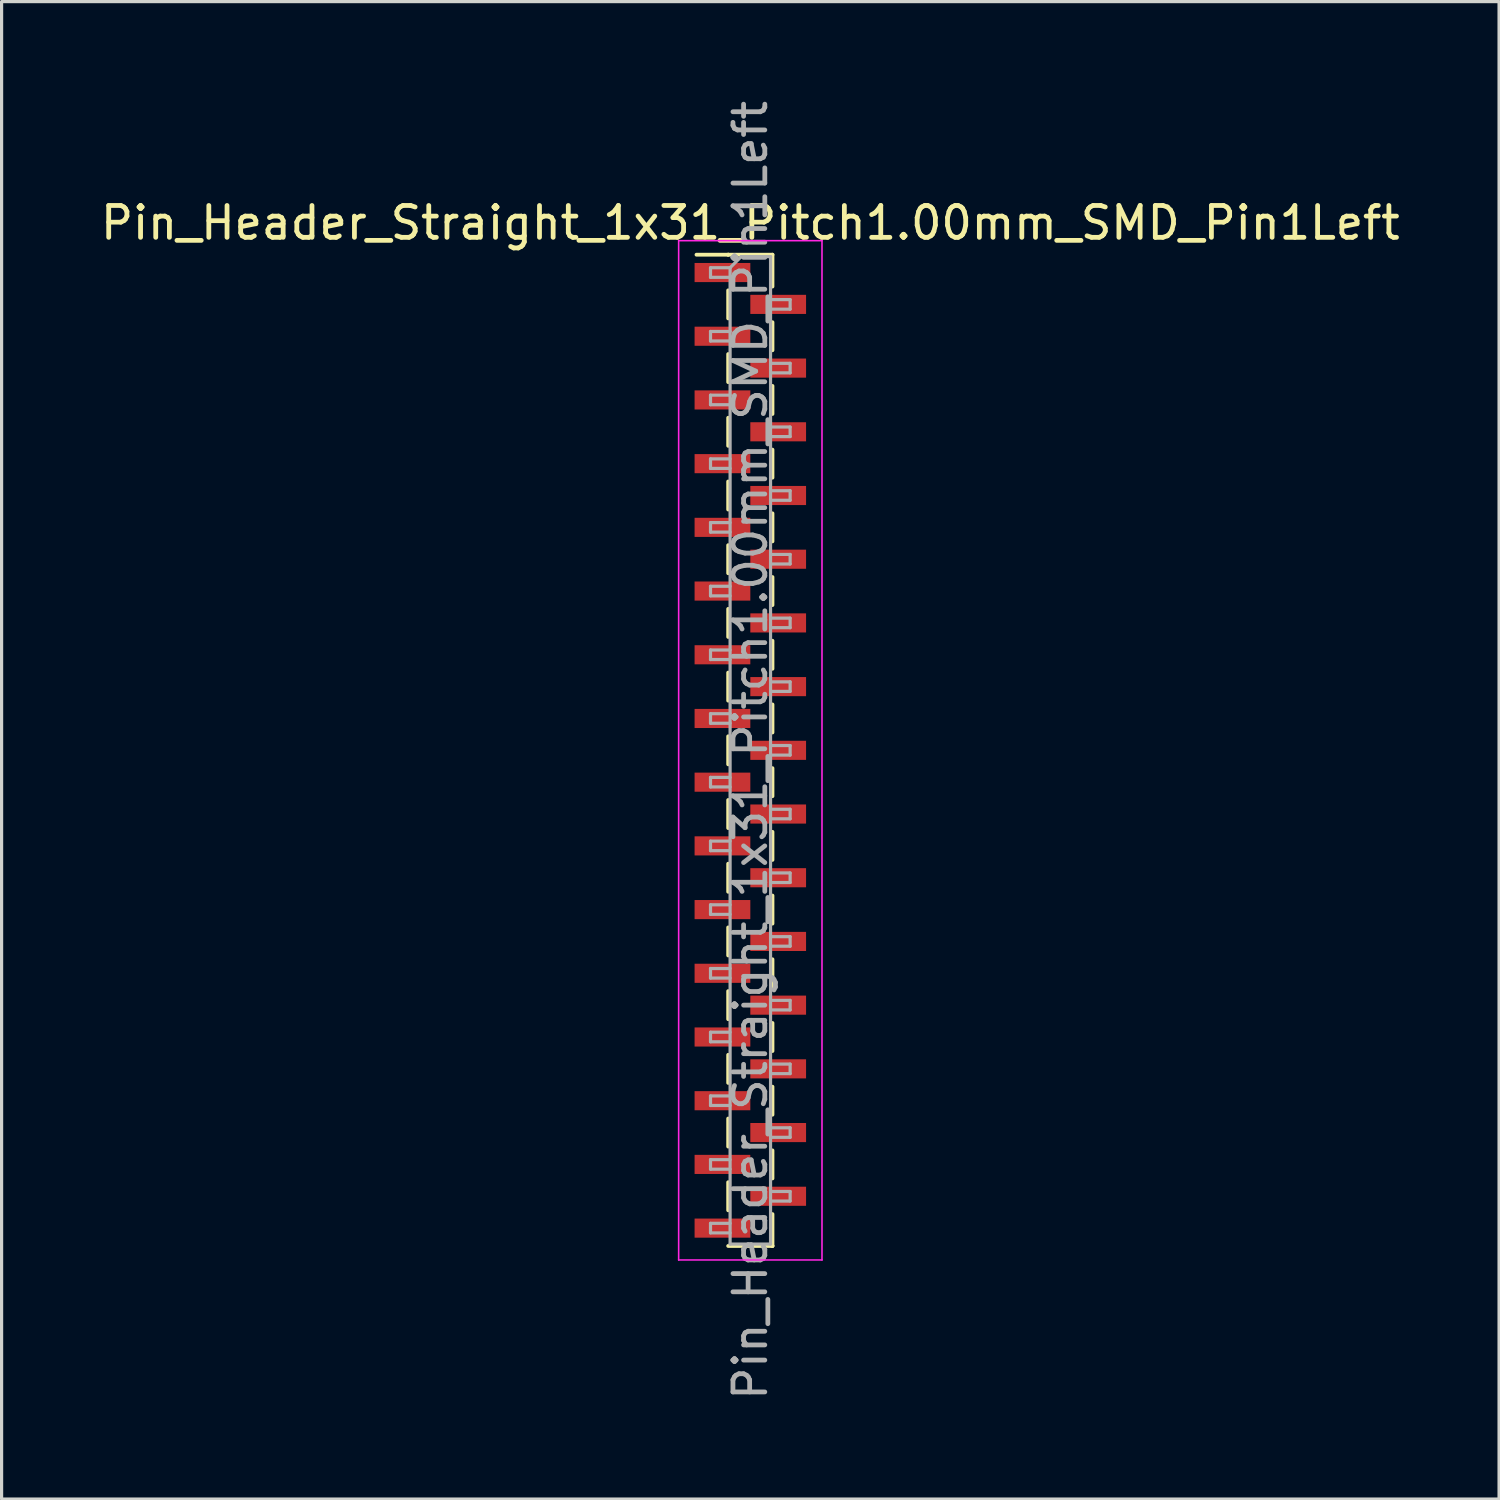
<source format=kicad_pcb>
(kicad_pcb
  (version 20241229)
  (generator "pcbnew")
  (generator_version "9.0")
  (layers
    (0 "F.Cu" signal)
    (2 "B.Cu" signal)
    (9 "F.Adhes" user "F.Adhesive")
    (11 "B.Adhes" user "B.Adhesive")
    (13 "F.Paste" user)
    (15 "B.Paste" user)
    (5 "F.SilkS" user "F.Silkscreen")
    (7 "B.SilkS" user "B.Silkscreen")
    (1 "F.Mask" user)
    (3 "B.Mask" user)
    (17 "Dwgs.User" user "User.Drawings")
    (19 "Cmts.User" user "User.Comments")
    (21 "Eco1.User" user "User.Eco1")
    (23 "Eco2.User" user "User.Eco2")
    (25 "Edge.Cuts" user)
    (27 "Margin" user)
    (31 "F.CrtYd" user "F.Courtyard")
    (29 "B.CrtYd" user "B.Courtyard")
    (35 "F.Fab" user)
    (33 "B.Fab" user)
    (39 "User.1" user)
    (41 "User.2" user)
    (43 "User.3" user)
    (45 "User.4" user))
  (footprint "Pin_Header_Straight_1x31_Pitch1.00mm_SMD_Pin1Left"
    (layer "F.Cu")
    (at 20.506 20.506)
    (property "Reference" "Pin_Header_Straight_1x31_Pitch1.00mm_SMD_Pin1Left" (at 0 -16.56 0) (layer "F.SilkS") (effects (font (size 1 1) (thickness 0.15))))
    (attr smd)
    (fp_line (start -0.695 -15.56) (end -1.69 -15.56) (stroke (width 0.12) (type solid)) (layer "F.SilkS"))
    (fp_line (start -0.695 -15.56) (end -0.695 -15.56) (stroke (width 0.12) (type solid)) (layer "F.SilkS"))
    (fp_line (start -0.695 -15.56) (end 0.695 -15.56) (stroke (width 0.12) (type solid)) (layer "F.SilkS"))
    (fp_line (start -0.695 -14.44) (end -0.695 -13.56) (stroke (width 0.12) (type solid)) (layer "F.SilkS"))
    (fp_line (start -0.695 -12.44) (end -0.695 -11.56) (stroke (width 0.12) (type solid)) (layer "F.SilkS"))
    (fp_line (start -0.695 -10.44) (end -0.695 -9.56) (stroke (width 0.12) (type solid)) (layer "F.SilkS"))
    (fp_line (start -0.695 -8.44) (end -0.695 -7.56) (stroke (width 0.12) (type solid)) (layer "F.SilkS"))
    (fp_line (start -0.695 -6.44) (end -0.695 -5.56) (stroke (width 0.12) (type solid)) (layer "F.SilkS"))
    (fp_line (start -0.695 -4.44) (end -0.695 -3.56) (stroke (width 0.12) (type solid)) (layer "F.SilkS"))
    (fp_line (start -0.695 -2.44) (end -0.695 -1.56) (stroke (width 0.12) (type solid)) (layer "F.SilkS"))
    (fp_line (start -0.695 -0.44) (end -0.695 0.44) (stroke (width 0.12) (type solid)) (layer "F.SilkS"))
    (fp_line (start -0.695 1.56) (end -0.695 2.44) (stroke (width 0.12) (type solid)) (layer "F.SilkS"))
    (fp_line (start -0.695 3.56) (end -0.695 4.44) (stroke (width 0.12) (type solid)) (layer "F.SilkS"))
    (fp_line (start -0.695 5.56) (end -0.695 6.44) (stroke (width 0.12) (type solid)) (layer "F.SilkS"))
    (fp_line (start -0.695 7.56) (end -0.695 8.44) (stroke (width 0.12) (type solid)) (layer "F.SilkS"))
    (fp_line (start -0.695 9.56) (end -0.695 10.44) (stroke (width 0.12) (type solid)) (layer "F.SilkS"))
    (fp_line (start -0.695 11.56) (end -0.695 12.44) (stroke (width 0.12) (type solid)) (layer "F.SilkS"))
    (fp_line (start -0.695 13.56) (end -0.695 14.44) (stroke (width 0.12) (type solid)) (layer "F.SilkS"))
    (fp_line (start -0.695 15.56) (end 0.695 15.56) (stroke (width 0.12) (type solid)) (layer "F.SilkS"))
    (fp_line (start 0.695 -15.56) (end 0.695 -14.56) (stroke (width 0.12) (type solid)) (layer "F.SilkS"))
    (fp_line (start 0.695 -13.44) (end 0.695 -12.56) (stroke (width 0.12) (type solid)) (layer "F.SilkS"))
    (fp_line (start 0.695 -11.44) (end 0.695 -10.56) (stroke (width 0.12) (type solid)) (layer "F.SilkS"))
    (fp_line (start 0.695 -9.44) (end 0.695 -8.56) (stroke (width 0.12) (type solid)) (layer "F.SilkS"))
    (fp_line (start 0.695 -7.44) (end 0.695 -6.56) (stroke (width 0.12) (type solid)) (layer "F.SilkS"))
    (fp_line (start 0.695 -5.44) (end 0.695 -4.56) (stroke (width 0.12) (type solid)) (layer "F.SilkS"))
    (fp_line (start 0.695 -3.44) (end 0.695 -2.56) (stroke (width 0.12) (type solid)) (layer "F.SilkS"))
    (fp_line (start 0.695 -1.44) (end 0.695 -0.56) (stroke (width 0.12) (type solid)) (layer "F.SilkS"))
    (fp_line (start 0.695 0.56) (end 0.695 1.44) (stroke (width 0.12) (type solid)) (layer "F.SilkS"))
    (fp_line (start 0.695 2.56) (end 0.695 3.44) (stroke (width 0.12) (type solid)) (layer "F.SilkS"))
    (fp_line (start 0.695 4.56) (end 0.695 5.44) (stroke (width 0.12) (type solid)) (layer "F.SilkS"))
    (fp_line (start 0.695 6.56) (end 0.695 7.44) (stroke (width 0.12) (type solid)) (layer "F.SilkS"))
    (fp_line (start 0.695 8.56) (end 0.695 9.44) (stroke (width 0.12) (type solid)) (layer "F.SilkS"))
    (fp_line (start 0.695 10.56) (end 0.695 11.44) (stroke (width 0.12) (type solid)) (layer "F.SilkS"))
    (fp_line (start 0.695 12.56) (end 0.695 13.44) (stroke (width 0.12) (type solid)) (layer "F.SilkS"))
    (fp_line (start 0.695 14.56) (end 0.695 15.56) (stroke (width 0.12) (type solid)) (layer "F.SilkS"))
    (fp_line (start 0.695 15.56) (end 0.695 15.56) (stroke (width 0.12) (type solid)) (layer "F.SilkS"))
    (fp_line (start -2.25 -16) (end -2.25 16) (stroke (width 0.05) (type solid)) (layer "F.CrtYd"))
    (fp_line (start -2.25 16) (end 2.25 16) (stroke (width 0.05) (type solid)) (layer "F.CrtYd"))
    (fp_line (start 2.25 -16) (end -2.25 -16) (stroke (width 0.05) (type solid)) (layer "F.CrtYd"))
    (fp_line (start 2.25 16) (end 2.25 -16) (stroke (width 0.05) (type solid)) (layer "F.CrtYd"))
    (fp_line (start -1.25 -15.15) (end -1.25 -14.85) (stroke (width 0.1) (type solid)) (layer "F.Fab"))
    (fp_line (start -1.25 -14.85) (end -0.635 -14.85) (stroke (width 0.1) (type solid)) (layer "F.Fab"))
    (fp_line (start -1.25 -13.15) (end -1.25 -12.85) (stroke (width 0.1) (type solid)) (layer "F.Fab"))
    (fp_line (start -1.25 -12.85) (end -0.635 -12.85) (stroke (width 0.1) (type solid)) (layer "F.Fab"))
    (fp_line (start -1.25 -11.15) (end -1.25 -10.85) (stroke (width 0.1) (type solid)) (layer "F.Fab"))
    (fp_line (start -1.25 -10.85) (end -0.635 -10.85) (stroke (width 0.1) (type solid)) (layer "F.Fab"))
    (fp_line (start -1.25 -9.15) (end -1.25 -8.85) (stroke (width 0.1) (type solid)) (layer "F.Fab"))
    (fp_line (start -1.25 -8.85) (end -0.635 -8.85) (stroke (width 0.1) (type solid)) (layer "F.Fab"))
    (fp_line (start -1.25 -7.15) (end -1.25 -6.85) (stroke (width 0.1) (type solid)) (layer "F.Fab"))
    (fp_line (start -1.25 -6.85) (end -0.635 -6.85) (stroke (width 0.1) (type solid)) (layer "F.Fab"))
    (fp_line (start -1.25 -5.15) (end -1.25 -4.85) (stroke (width 0.1) (type solid)) (layer "F.Fab"))
    (fp_line (start -1.25 -4.85) (end -0.635 -4.85) (stroke (width 0.1) (type solid)) (layer "F.Fab"))
    (fp_line (start -1.25 -3.15) (end -1.25 -2.85) (stroke (width 0.1) (type solid)) (layer "F.Fab"))
    (fp_line (start -1.25 -2.85) (end -0.635 -2.85) (stroke (width 0.1) (type solid)) (layer "F.Fab"))
    (fp_line (start -1.25 -1.15) (end -1.25 -0.85) (stroke (width 0.1) (type solid)) (layer "F.Fab"))
    (fp_line (start -1.25 -0.85) (end -0.635 -0.85) (stroke (width 0.1) (type solid)) (layer "F.Fab"))
    (fp_line (start -1.25 0.85) (end -1.25 1.15) (stroke (width 0.1) (type solid)) (layer "F.Fab"))
    (fp_line (start -1.25 1.15) (end -0.635 1.15) (stroke (width 0.1) (type solid)) (layer "F.Fab"))
    (fp_line (start -1.25 2.85) (end -1.25 3.15) (stroke (width 0.1) (type solid)) (layer "F.Fab"))
    (fp_line (start -1.25 3.15) (end -0.635 3.15) (stroke (width 0.1) (type solid)) (layer "F.Fab"))
    (fp_line (start -1.25 4.85) (end -1.25 5.15) (stroke (width 0.1) (type solid)) (layer "F.Fab"))
    (fp_line (start -1.25 5.15) (end -0.635 5.15) (stroke (width 0.1) (type solid)) (layer "F.Fab"))
    (fp_line (start -1.25 6.85) (end -1.25 7.15) (stroke (width 0.1) (type solid)) (layer "F.Fab"))
    (fp_line (start -1.25 7.15) (end -0.635 7.15) (stroke (width 0.1) (type solid)) (layer "F.Fab"))
    (fp_line (start -1.25 8.85) (end -1.25 9.15) (stroke (width 0.1) (type solid)) (layer "F.Fab"))
    (fp_line (start -1.25 9.15) (end -0.635 9.15) (stroke (width 0.1) (type solid)) (layer "F.Fab"))
    (fp_line (start -1.25 10.85) (end -1.25 11.15) (stroke (width 0.1) (type solid)) (layer "F.Fab"))
    (fp_line (start -1.25 11.15) (end -0.635 11.15) (stroke (width 0.1) (type solid)) (layer "F.Fab"))
    (fp_line (start -1.25 12.85) (end -1.25 13.15) (stroke (width 0.1) (type solid)) (layer "F.Fab"))
    (fp_line (start -1.25 13.15) (end -0.635 13.15) (stroke (width 0.1) (type solid)) (layer "F.Fab"))
    (fp_line (start -1.25 14.85) (end -1.25 15.15) (stroke (width 0.1) (type solid)) (layer "F.Fab"))
    (fp_line (start -1.25 15.15) (end -0.635 15.15) (stroke (width 0.1) (type solid)) (layer "F.Fab"))
    (fp_line (start -0.635 -15.15) (end -1.25 -15.15) (stroke (width 0.1) (type solid)) (layer "F.Fab"))
    (fp_line (start -0.635 -15.15) (end -0.285 -15.5) (stroke (width 0.1) (type solid)) (layer "F.Fab"))
    (fp_line (start -0.635 -13.15) (end -1.25 -13.15) (stroke (width 0.1) (type solid)) (layer "F.Fab"))
    (fp_line (start -0.635 -11.15) (end -1.25 -11.15) (stroke (width 0.1) (type solid)) (layer "F.Fab"))
    (fp_line (start -0.635 -9.15) (end -1.25 -9.15) (stroke (width 0.1) (type solid)) (layer "F.Fab"))
    (fp_line (start -0.635 -7.15) (end -1.25 -7.15) (stroke (width 0.1) (type solid)) (layer "F.Fab"))
    (fp_line (start -0.635 -5.15) (end -1.25 -5.15) (stroke (width 0.1) (type solid)) (layer "F.Fab"))
    (fp_line (start -0.635 -3.15) (end -1.25 -3.15) (stroke (width 0.1) (type solid)) (layer "F.Fab"))
    (fp_line (start -0.635 -1.15) (end -1.25 -1.15) (stroke (width 0.1) (type solid)) (layer "F.Fab"))
    (fp_line (start -0.635 0.85) (end -1.25 0.85) (stroke (width 0.1) (type solid)) (layer "F.Fab"))
    (fp_line (start -0.635 2.85) (end -1.25 2.85) (stroke (width 0.1) (type solid)) (layer "F.Fab"))
    (fp_line (start -0.635 4.85) (end -1.25 4.85) (stroke (width 0.1) (type solid)) (layer "F.Fab"))
    (fp_line (start -0.635 6.85) (end -1.25 6.85) (stroke (width 0.1) (type solid)) (layer "F.Fab"))
    (fp_line (start -0.635 8.85) (end -1.25 8.85) (stroke (width 0.1) (type solid)) (layer "F.Fab"))
    (fp_line (start -0.635 10.85) (end -1.25 10.85) (stroke (width 0.1) (type solid)) (layer "F.Fab"))
    (fp_line (start -0.635 12.85) (end -1.25 12.85) (stroke (width 0.1) (type solid)) (layer "F.Fab"))
    (fp_line (start -0.635 14.85) (end -1.25 14.85) (stroke (width 0.1) (type solid)) (layer "F.Fab"))
    (fp_line (start -0.635 15.5) (end -0.635 -15.15) (stroke (width 0.1) (type solid)) (layer "F.Fab"))
    (fp_line (start -0.285 -15.5) (end 0.635 -15.5) (stroke (width 0.1) (type solid)) (layer "F.Fab"))
    (fp_line (start 0.635 -15.5) (end 0.635 15.5) (stroke (width 0.1) (type solid)) (layer "F.Fab"))
    (fp_line (start 0.635 -14.15) (end 1.25 -14.15) (stroke (width 0.1) (type solid)) (layer "F.Fab"))
    (fp_line (start 0.635 -12.15) (end 1.25 -12.15) (stroke (width 0.1) (type solid)) (layer "F.Fab"))
    (fp_line (start 0.635 -10.15) (end 1.25 -10.15) (stroke (width 0.1) (type solid)) (layer "F.Fab"))
    (fp_line (start 0.635 -8.15) (end 1.25 -8.15) (stroke (width 0.1) (type solid)) (layer "F.Fab"))
    (fp_line (start 0.635 -6.15) (end 1.25 -6.15) (stroke (width 0.1) (type solid)) (layer "F.Fab"))
    (fp_line (start 0.635 -4.15) (end 1.25 -4.15) (stroke (width 0.1) (type solid)) (layer "F.Fab"))
    (fp_line (start 0.635 -2.15) (end 1.25 -2.15) (stroke (width 0.1) (type solid)) (layer "F.Fab"))
    (fp_line (start 0.635 -0.15) (end 1.25 -0.15) (stroke (width 0.1) (type solid)) (layer "F.Fab"))
    (fp_line (start 0.635 1.85) (end 1.25 1.85) (stroke (width 0.1) (type solid)) (layer "F.Fab"))
    (fp_line (start 0.635 3.85) (end 1.25 3.85) (stroke (width 0.1) (type solid)) (layer "F.Fab"))
    (fp_line (start 0.635 5.85) (end 1.25 5.85) (stroke (width 0.1) (type solid)) (layer "F.Fab"))
    (fp_line (start 0.635 7.85) (end 1.25 7.85) (stroke (width 0.1) (type solid)) (layer "F.Fab"))
    (fp_line (start 0.635 9.85) (end 1.25 9.85) (stroke (width 0.1) (type solid)) (layer "F.Fab"))
    (fp_line (start 0.635 11.85) (end 1.25 11.85) (stroke (width 0.1) (type solid)) (layer "F.Fab"))
    (fp_line (start 0.635 13.85) (end 1.25 13.85) (stroke (width 0.1) (type solid)) (layer "F.Fab"))
    (fp_line (start 0.635 15.5) (end -0.635 15.5) (stroke (width 0.1) (type solid)) (layer "F.Fab"))
    (fp_line (start 1.25 -14.15) (end 1.25 -13.85) (stroke (width 0.1) (type solid)) (layer "F.Fab"))
    (fp_line (start 1.25 -13.85) (end 0.635 -13.85) (stroke (width 0.1) (type solid)) (layer "F.Fab"))
    (fp_line (start 1.25 -12.15) (end 1.25 -11.85) (stroke (width 0.1) (type solid)) (layer "F.Fab"))
    (fp_line (start 1.25 -11.85) (end 0.635 -11.85) (stroke (width 0.1) (type solid)) (layer "F.Fab"))
    (fp_line (start 1.25 -10.15) (end 1.25 -9.85) (stroke (width 0.1) (type solid)) (layer "F.Fab"))
    (fp_line (start 1.25 -9.85) (end 0.635 -9.85) (stroke (width 0.1) (type solid)) (layer "F.Fab"))
    (fp_line (start 1.25 -8.15) (end 1.25 -7.85) (stroke (width 0.1) (type solid)) (layer "F.Fab"))
    (fp_line (start 1.25 -7.85) (end 0.635 -7.85) (stroke (width 0.1) (type solid)) (layer "F.Fab"))
    (fp_line (start 1.25 -6.15) (end 1.25 -5.85) (stroke (width 0.1) (type solid)) (layer "F.Fab"))
    (fp_line (start 1.25 -5.85) (end 0.635 -5.85) (stroke (width 0.1) (type solid)) (layer "F.Fab"))
    (fp_line (start 1.25 -4.15) (end 1.25 -3.85) (stroke (width 0.1) (type solid)) (layer "F.Fab"))
    (fp_line (start 1.25 -3.85) (end 0.635 -3.85) (stroke (width 0.1) (type solid)) (layer "F.Fab"))
    (fp_line (start 1.25 -2.15) (end 1.25 -1.85) (stroke (width 0.1) (type solid)) (layer "F.Fab"))
    (fp_line (start 1.25 -1.85) (end 0.635 -1.85) (stroke (width 0.1) (type solid)) (layer "F.Fab"))
    (fp_line (start 1.25 -0.15) (end 1.25 0.15) (stroke (width 0.1) (type solid)) (layer "F.Fab"))
    (fp_line (start 1.25 0.15) (end 0.635 0.15) (stroke (width 0.1) (type solid)) (layer "F.Fab"))
    (fp_line (start 1.25 1.85) (end 1.25 2.15) (stroke (width 0.1) (type solid)) (layer "F.Fab"))
    (fp_line (start 1.25 2.15) (end 0.635 2.15) (stroke (width 0.1) (type solid)) (layer "F.Fab"))
    (fp_line (start 1.25 3.85) (end 1.25 4.15) (stroke (width 0.1) (type solid)) (layer "F.Fab"))
    (fp_line (start 1.25 4.15) (end 0.635 4.15) (stroke (width 0.1) (type solid)) (layer "F.Fab"))
    (fp_line (start 1.25 5.85) (end 1.25 6.15) (stroke (width 0.1) (type solid)) (layer "F.Fab"))
    (fp_line (start 1.25 6.15) (end 0.635 6.15) (stroke (width 0.1) (type solid)) (layer "F.Fab"))
    (fp_line (start 1.25 7.85) (end 1.25 8.15) (stroke (width 0.1) (type solid)) (layer "F.Fab"))
    (fp_line (start 1.25 8.15) (end 0.635 8.15) (stroke (width 0.1) (type solid)) (layer "F.Fab"))
    (fp_line (start 1.25 9.85) (end 1.25 10.15) (stroke (width 0.1) (type solid)) (layer "F.Fab"))
    (fp_line (start 1.25 10.15) (end 0.635 10.15) (stroke (width 0.1) (type solid)) (layer "F.Fab"))
    (fp_line (start 1.25 11.85) (end 1.25 12.15) (stroke (width 0.1) (type solid)) (layer "F.Fab"))
    (fp_line (start 1.25 12.15) (end 0.635 12.15) (stroke (width 0.1) (type solid)) (layer "F.Fab"))
    (fp_line (start 1.25 13.85) (end 1.25 14.15) (stroke (width 0.1) (type solid)) (layer "F.Fab"))
    (fp_line (start 1.25 14.15) (end 0.635 14.15) (stroke (width 0.1) (type solid)) (layer "F.Fab"))
    (fp_text user "${REFERENCE}" (at 0 0 90) (layer "F.Fab") (effects (font (size 1 1) (thickness 0.15))))
    (pad "1" smd rect (at -0.875 -15) (size 1.75 0.6) (layers "F.Cu" "F.Mask" "F.Paste"))
    (pad "2" smd rect (at 0.875 -14) (size 1.75 0.6) (layers "F.Cu" "F.Mask" "F.Paste"))
    (pad "3" smd rect (at -0.875 -13) (size 1.75 0.6) (layers "F.Cu" "F.Mask" "F.Paste"))
    (pad "4" smd rect (at 0.875 -12) (size 1.75 0.6) (layers "F.Cu" "F.Mask" "F.Paste"))
    (pad "5" smd rect (at -0.875 -11) (size 1.75 0.6) (layers "F.Cu" "F.Mask" "F.Paste"))
    (pad "6" smd rect (at 0.875 -10) (size 1.75 0.6) (layers "F.Cu" "F.Mask" "F.Paste"))
    (pad "7" smd rect (at -0.875 -9) (size 1.75 0.6) (layers "F.Cu" "F.Mask" "F.Paste"))
    (pad "8" smd rect (at 0.875 -8) (size 1.75 0.6) (layers "F.Cu" "F.Mask" "F.Paste"))
    (pad "9" smd rect (at -0.875 -7) (size 1.75 0.6) (layers "F.Cu" "F.Mask" "F.Paste"))
    (pad "10" smd rect (at 0.875 -6) (size 1.75 0.6) (layers "F.Cu" "F.Mask" "F.Paste"))
    (pad "11" smd rect (at -0.875 -5) (size 1.75 0.6) (layers "F.Cu" "F.Mask" "F.Paste"))
    (pad "12" smd rect (at 0.875 -4) (size 1.75 0.6) (layers "F.Cu" "F.Mask" "F.Paste"))
    (pad "13" smd rect (at -0.875 -3) (size 1.75 0.6) (layers "F.Cu" "F.Mask" "F.Paste"))
    (pad "14" smd rect (at 0.875 -2) (size 1.75 0.6) (layers "F.Cu" "F.Mask" "F.Paste"))
    (pad "15" smd rect (at -0.875 -1) (size 1.75 0.6) (layers "F.Cu" "F.Mask" "F.Paste"))
    (pad "16" smd rect (at 0.875 0) (size 1.75 0.6) (layers "F.Cu" "F.Mask" "F.Paste"))
    (pad "17" smd rect (at -0.875 1) (size 1.75 0.6) (layers "F.Cu" "F.Mask" "F.Paste"))
    (pad "18" smd rect (at 0.875 2) (size 1.75 0.6) (layers "F.Cu" "F.Mask" "F.Paste"))
    (pad "19" smd rect (at -0.875 3) (size 1.75 0.6) (layers "F.Cu" "F.Mask" "F.Paste"))
    (pad "20" smd rect (at 0.875 4) (size 1.75 0.6) (layers "F.Cu" "F.Mask" "F.Paste"))
    (pad "21" smd rect (at -0.875 5) (size 1.75 0.6) (layers "F.Cu" "F.Mask" "F.Paste"))
    (pad "22" smd rect (at 0.875 6) (size 1.75 0.6) (layers "F.Cu" "F.Mask" "F.Paste"))
    (pad "23" smd rect (at -0.875 7) (size 1.75 0.6) (layers "F.Cu" "F.Mask" "F.Paste"))
    (pad "24" smd rect (at 0.875 8) (size 1.75 0.6) (layers "F.Cu" "F.Mask" "F.Paste"))
    (pad "25" smd rect (at -0.875 9) (size 1.75 0.6) (layers "F.Cu" "F.Mask" "F.Paste"))
    (pad "26" smd rect (at 0.875 10) (size 1.75 0.6) (layers "F.Cu" "F.Mask" "F.Paste"))
    (pad "27" smd rect (at -0.875 11) (size 1.75 0.6) (layers "F.Cu" "F.Mask" "F.Paste"))
    (pad "28" smd rect (at 0.875 12) (size 1.75 0.6) (layers "F.Cu" "F.Mask" "F.Paste"))
    (pad "29" smd rect (at -0.875 13) (size 1.75 0.6) (layers "F.Cu" "F.Mask" "F.Paste"))
    (pad "30" smd rect (at 0.875 14) (size 1.75 0.6) (layers "F.Cu" "F.Mask" "F.Paste"))
    (pad "31" smd rect (at -0.875 15) (size 1.75 0.6) (layers "F.Cu" "F.Mask" "F.Paste")))
  (gr_rect
    (start -3 -3)
    (end 44.012 44.012)
    (stroke (width 0.1) (type default))
    (fill no)
    (layer "Edge.Cuts")))
</source>
